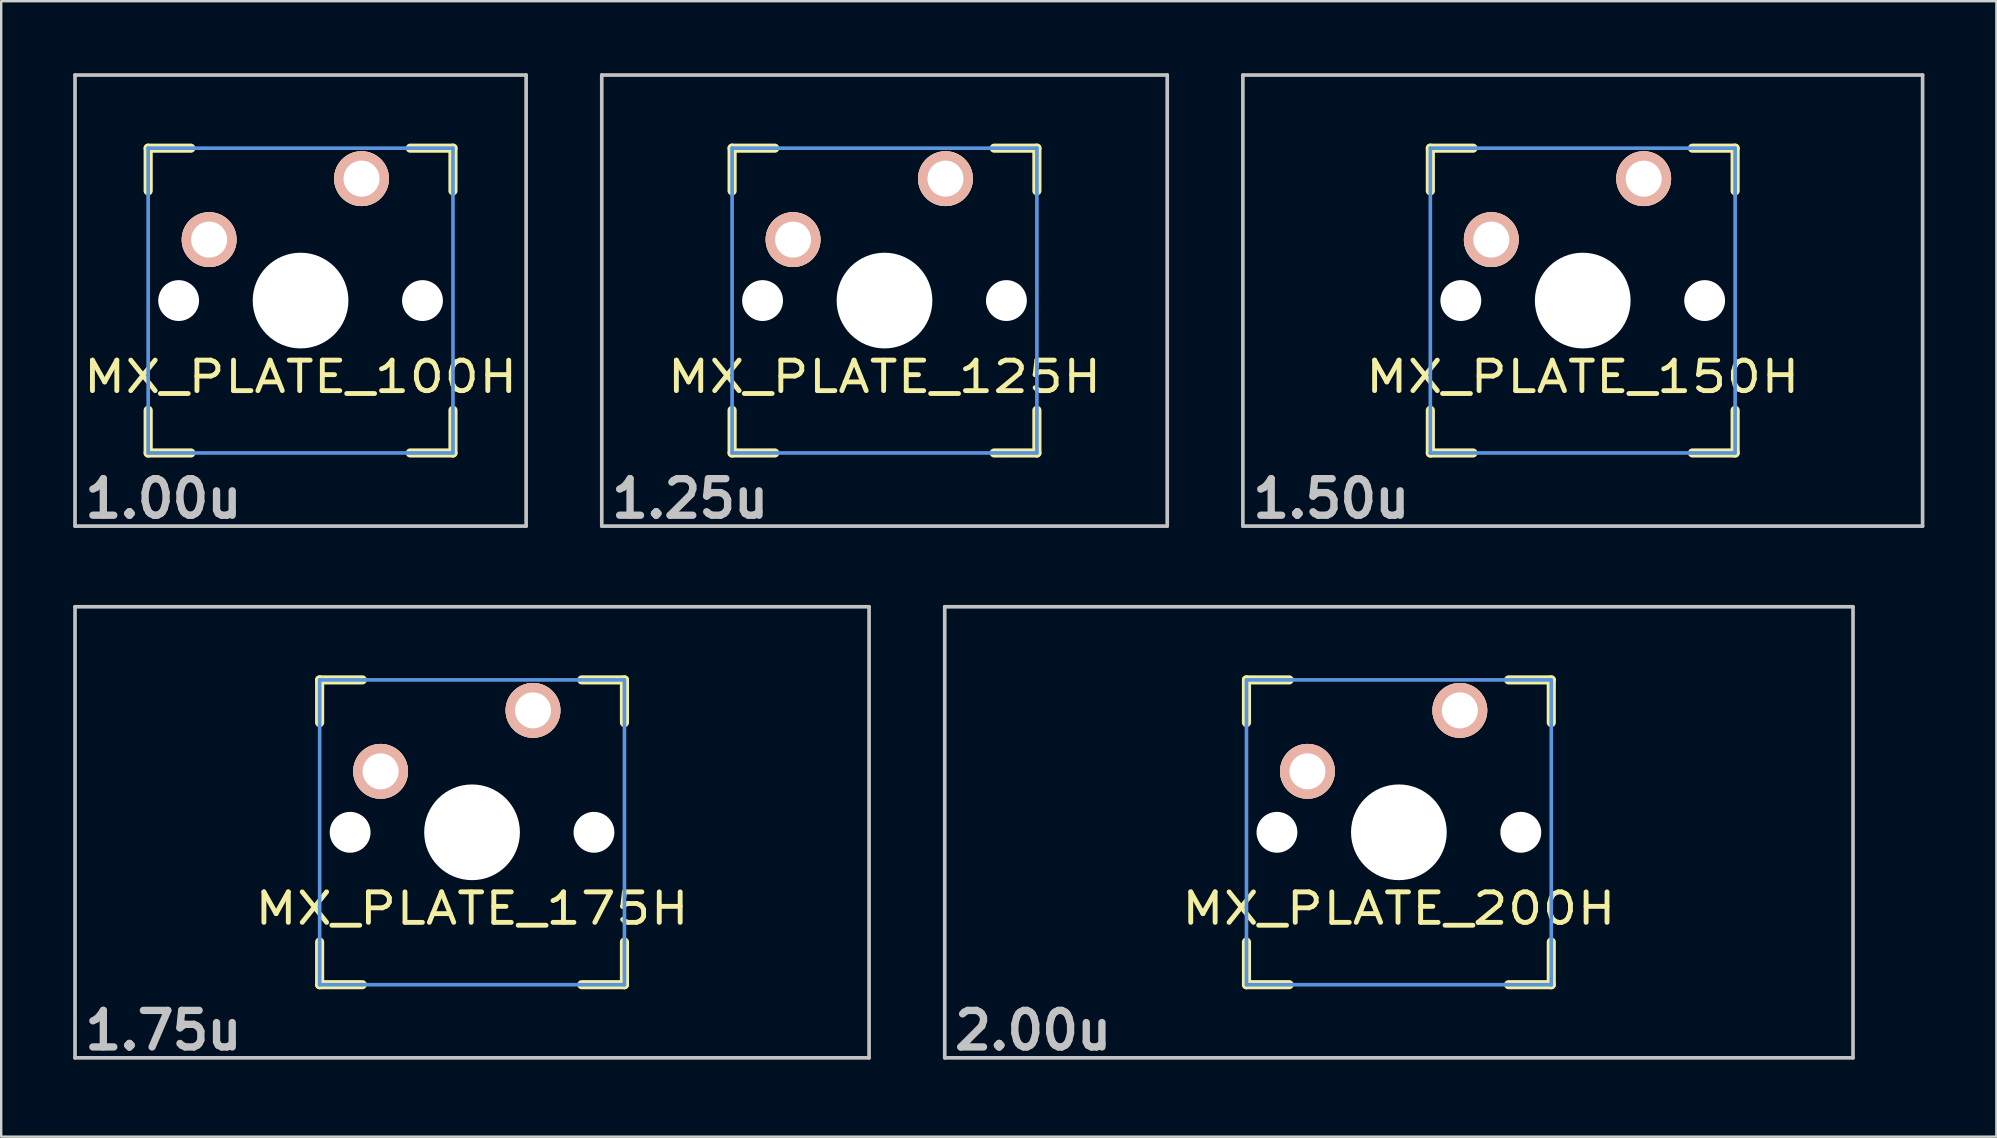
<source format=kicad_pcb>
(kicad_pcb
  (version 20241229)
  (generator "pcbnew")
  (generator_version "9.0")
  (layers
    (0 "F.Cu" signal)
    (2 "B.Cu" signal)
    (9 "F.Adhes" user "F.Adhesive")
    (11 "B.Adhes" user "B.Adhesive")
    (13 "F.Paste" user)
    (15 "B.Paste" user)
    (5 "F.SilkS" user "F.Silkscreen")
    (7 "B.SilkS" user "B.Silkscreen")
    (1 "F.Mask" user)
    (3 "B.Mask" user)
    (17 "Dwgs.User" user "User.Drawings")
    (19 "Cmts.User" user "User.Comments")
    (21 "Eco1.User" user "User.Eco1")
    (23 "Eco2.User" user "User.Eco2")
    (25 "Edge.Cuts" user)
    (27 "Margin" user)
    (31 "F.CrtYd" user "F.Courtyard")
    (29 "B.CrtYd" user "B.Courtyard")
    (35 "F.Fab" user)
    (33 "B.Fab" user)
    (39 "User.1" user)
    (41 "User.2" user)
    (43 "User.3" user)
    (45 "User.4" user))
  (footprint "MX_PLATE_100H"
    (layer "F.Cu")
    (at 9.474 9.474)
    (property "Reference" "MX_PLATE_100H" (at 0 3.175 0) (layer "F.SilkS") (effects (font (size 1.27 1.524) (thickness 0.203))))
    (attr through_hole)
    (fp_line (start -6.35 -6.35) (end -4.572 -6.35) (stroke (width 0.381) (type solid)) (layer "F.SilkS"))
    (fp_line (start -6.35 -4.572) (end -6.35 -6.35) (stroke (width 0.381) (type solid)) (layer "F.SilkS"))
    (fp_line (start -6.35 6.35) (end -6.35 4.572) (stroke (width 0.381) (type solid)) (layer "F.SilkS"))
    (fp_line (start -4.572 6.35) (end -6.35 6.35) (stroke (width 0.381) (type solid)) (layer "F.SilkS"))
    (fp_line (start 4.572 -6.35) (end 6.35 -6.35) (stroke (width 0.381) (type solid)) (layer "F.SilkS"))
    (fp_line (start 6.35 -6.35) (end 6.35 -4.572) (stroke (width 0.381) (type solid)) (layer "F.SilkS"))
    (fp_line (start 6.35 4.572) (end 6.35 6.35) (stroke (width 0.381) (type solid)) (layer "F.SilkS"))
    (fp_line (start 6.35 6.35) (end 4.572 6.35) (stroke (width 0.381) (type solid)) (layer "F.SilkS"))
    (fp_line (start -9.398 -9.398) (end 9.398 -9.398) (stroke (width 0.152) (type solid)) (layer "Dwgs.User"))
    (fp_line (start -9.398 9.398) (end -9.398 -9.398) (stroke (width 0.152) (type solid)) (layer "Dwgs.User"))
    (fp_line (start 9.398 -9.398) (end 9.398 9.398) (stroke (width 0.152) (type solid)) (layer "Dwgs.User"))
    (fp_line (start 9.398 9.398) (end -9.398 9.398) (stroke (width 0.152) (type solid)) (layer "Dwgs.User"))
    (fp_line (start -6.35 -6.35) (end 6.35 -6.35) (stroke (width 0.152) (type solid)) (layer "Cmts.User"))
    (fp_line (start -6.35 6.35) (end -6.35 -6.35) (stroke (width 0.152) (type solid)) (layer "Cmts.User"))
    (fp_line (start 6.35 -6.35) (end 6.35 6.35) (stroke (width 0.152) (type solid)) (layer "Cmts.User"))
    (fp_line (start 6.35 6.35) (end -6.35 6.35) (stroke (width 0.152) (type solid)) (layer "Cmts.User"))
    (fp_text user "1.00u" (at -5.715 8.255 0) (layer "Dwgs.User") (effects (font (size 1.524 1.524) (thickness 0.305))))
    (pad "" np_thru_hole circle (at -5.08 0) (size 1.702 1.702) (drill 1.702) (layers "*.Cu"))
    (pad "" np_thru_hole circle (at 0 0) (size 3.988 3.988) (drill 3.988) (layers "*.Cu"))
    (pad "" np_thru_hole circle (at 5.08 0) (size 1.702 1.702) (drill 1.702) (layers "*.Cu"))
    (pad "1" thru_hole circle (at 2.54 -5.08) (size 2.286 2.286) (drill 1.499) (layers "*.Cu" "*.SilkS" "*.Mask"))
    (pad "2" thru_hole circle (at -3.81 -2.54) (size 2.286 2.286) (drill 1.499) (layers "*.Cu" "*.SilkS" "*.Mask")))
  (footprint "MX_PLATE_175H"
    (layer "F.Cu")
    (at 16.619 31.63)
    (property "Reference" "MX_PLATE_175H" (at 0 3.175 0) (layer "F.SilkS") (effects (font (size 1.27 1.524) (thickness 0.203))))
    (attr through_hole)
    (fp_line (start -6.35 -6.35) (end -4.572 -6.35) (stroke (width 0.381) (type solid)) (layer "F.SilkS"))
    (fp_line (start -6.35 -4.572) (end -6.35 -6.35) (stroke (width 0.381) (type solid)) (layer "F.SilkS"))
    (fp_line (start -6.35 6.35) (end -6.35 4.572) (stroke (width 0.381) (type solid)) (layer "F.SilkS"))
    (fp_line (start -4.572 6.35) (end -6.35 6.35) (stroke (width 0.381) (type solid)) (layer "F.SilkS"))
    (fp_line (start 4.572 -6.35) (end 6.35 -6.35) (stroke (width 0.381) (type solid)) (layer "F.SilkS"))
    (fp_line (start 6.35 -6.35) (end 6.35 -4.572) (stroke (width 0.381) (type solid)) (layer "F.SilkS"))
    (fp_line (start 6.35 4.572) (end 6.35 6.35) (stroke (width 0.381) (type solid)) (layer "F.SilkS"))
    (fp_line (start 6.35 6.35) (end 4.572 6.35) (stroke (width 0.381) (type solid)) (layer "F.SilkS"))
    (fp_line (start -16.543 -9.398) (end 16.543 -9.398) (stroke (width 0.152) (type solid)) (layer "Dwgs.User"))
    (fp_line (start -16.543 9.398) (end -16.543 -9.398) (stroke (width 0.152) (type solid)) (layer "Dwgs.User"))
    (fp_line (start 16.543 -9.398) (end 16.543 9.398) (stroke (width 0.152) (type solid)) (layer "Dwgs.User"))
    (fp_line (start 16.543 9.398) (end -16.543 9.398) (stroke (width 0.152) (type solid)) (layer "Dwgs.User"))
    (fp_line (start -6.35 -6.35) (end 6.35 -6.35) (stroke (width 0.152) (type solid)) (layer "Cmts.User"))
    (fp_line (start -6.35 6.35) (end -6.35 -6.35) (stroke (width 0.152) (type solid)) (layer "Cmts.User"))
    (fp_line (start 6.35 -6.35) (end 6.35 6.35) (stroke (width 0.152) (type solid)) (layer "Cmts.User"))
    (fp_line (start 6.35 6.35) (end -6.35 6.35) (stroke (width 0.152) (type solid)) (layer "Cmts.User"))
    (fp_text user "1.75u" (at -12.86 8.255 0) (layer "Dwgs.User") (effects (font (size 1.524 1.524) (thickness 0.305))))
    (pad "" np_thru_hole circle (at -5.08 0) (size 1.702 1.702) (drill 1.702) (layers "*.Cu"))
    (pad "" np_thru_hole circle (at 0 0) (size 3.988 3.988) (drill 3.988) (layers "*.Cu"))
    (pad "" np_thru_hole circle (at 5.08 0) (size 1.702 1.702) (drill 1.702) (layers "*.Cu"))
    (pad "1" thru_hole circle (at 2.54 -5.08) (size 2.286 2.286) (drill 1.499) (layers "*.Cu" "*.SilkS" "*.Mask"))
    (pad "2" thru_hole circle (at -3.81 -2.54) (size 2.286 2.286) (drill 1.499) (layers "*.Cu" "*.SilkS" "*.Mask")))
  (footprint "MX_PLATE_200H"
    (layer "F.Cu")
    (at 55.238 31.63)
    (property "Reference" "MX_PLATE_200H" (at 0 3.175 0) (layer "F.SilkS") (effects (font (size 1.27 1.524) (thickness 0.203))))
    (attr through_hole)
    (fp_line (start -6.35 -6.35) (end -4.572 -6.35) (stroke (width 0.381) (type solid)) (layer "F.SilkS"))
    (fp_line (start -6.35 -4.572) (end -6.35 -6.35) (stroke (width 0.381) (type solid)) (layer "F.SilkS"))
    (fp_line (start -6.35 6.35) (end -6.35 4.572) (stroke (width 0.381) (type solid)) (layer "F.SilkS"))
    (fp_line (start -4.572 6.35) (end -6.35 6.35) (stroke (width 0.381) (type solid)) (layer "F.SilkS"))
    (fp_line (start 4.572 -6.35) (end 6.35 -6.35) (stroke (width 0.381) (type solid)) (layer "F.SilkS"))
    (fp_line (start 6.35 -6.35) (end 6.35 -4.572) (stroke (width 0.381) (type solid)) (layer "F.SilkS"))
    (fp_line (start 6.35 4.572) (end 6.35 6.35) (stroke (width 0.381) (type solid)) (layer "F.SilkS"))
    (fp_line (start 6.35 6.35) (end 4.572 6.35) (stroke (width 0.381) (type solid)) (layer "F.SilkS"))
    (fp_line (start -18.923 -9.398) (end 18.923 -9.398) (stroke (width 0.152) (type solid)) (layer "Dwgs.User"))
    (fp_line (start -18.923 9.398) (end -18.923 -9.398) (stroke (width 0.152) (type solid)) (layer "Dwgs.User"))
    (fp_line (start 18.923 -9.398) (end 18.923 9.398) (stroke (width 0.152) (type solid)) (layer "Dwgs.User"))
    (fp_line (start 18.923 9.398) (end -18.923 9.398) (stroke (width 0.152) (type solid)) (layer "Dwgs.User"))
    (fp_line (start -6.35 -6.35) (end 6.35 -6.35) (stroke (width 0.152) (type solid)) (layer "Cmts.User"))
    (fp_line (start -6.35 6.35) (end -6.35 -6.35) (stroke (width 0.152) (type solid)) (layer "Cmts.User"))
    (fp_line (start 6.35 -6.35) (end 6.35 6.35) (stroke (width 0.152) (type solid)) (layer "Cmts.User"))
    (fp_line (start 6.35 6.35) (end -6.35 6.35) (stroke (width 0.152) (type solid)) (layer "Cmts.User"))
    (fp_text user "2.00u" (at -15.24 8.255 0) (layer "Dwgs.User") (effects (font (size 1.524 1.524) (thickness 0.305))))
    (pad "" np_thru_hole circle (at -5.08 0) (size 1.702 1.702) (drill 1.702) (layers "*.Cu"))
    (pad "" np_thru_hole circle (at 0 0) (size 3.988 3.988) (drill 3.988) (layers "*.Cu"))
    (pad "" np_thru_hole circle (at 5.08 0) (size 1.702 1.702) (drill 1.702) (layers "*.Cu"))
    (pad "1" thru_hole circle (at 2.54 -5.08) (size 2.286 2.286) (drill 1.499) (layers "*.Cu" "*.SilkS" "*.Mask"))
    (pad "2" thru_hole circle (at -3.81 -2.54) (size 2.286 2.286) (drill 1.499) (layers "*.Cu" "*.SilkS" "*.Mask")))
  (footprint "MX_PLATE_150H"
    (layer "F.Cu")
    (at 62.899 9.474)
    (property "Reference" "MX_PLATE_150H" (at 0 3.175 0) (layer "F.SilkS") (effects (font (size 1.27 1.524) (thickness 0.203))))
    (attr through_hole)
    (fp_line (start -6.35 -6.35) (end -4.572 -6.35) (stroke (width 0.381) (type solid)) (layer "F.SilkS"))
    (fp_line (start -6.35 -4.572) (end -6.35 -6.35) (stroke (width 0.381) (type solid)) (layer "F.SilkS"))
    (fp_line (start -6.35 6.35) (end -6.35 4.572) (stroke (width 0.381) (type solid)) (layer "F.SilkS"))
    (fp_line (start -4.572 6.35) (end -6.35 6.35) (stroke (width 0.381) (type solid)) (layer "F.SilkS"))
    (fp_line (start 4.572 -6.35) (end 6.35 -6.35) (stroke (width 0.381) (type solid)) (layer "F.SilkS"))
    (fp_line (start 6.35 -6.35) (end 6.35 -4.572) (stroke (width 0.381) (type solid)) (layer "F.SilkS"))
    (fp_line (start 6.35 4.572) (end 6.35 6.35) (stroke (width 0.381) (type solid)) (layer "F.SilkS"))
    (fp_line (start 6.35 6.35) (end 4.572 6.35) (stroke (width 0.381) (type solid)) (layer "F.SilkS"))
    (fp_line (start -14.161 -9.398) (end 14.161 -9.398) (stroke (width 0.152) (type solid)) (layer "Dwgs.User"))
    (fp_line (start -14.161 9.398) (end -14.161 -9.398) (stroke (width 0.152) (type solid)) (layer "Dwgs.User"))
    (fp_line (start 14.161 -9.398) (end 14.161 9.398) (stroke (width 0.152) (type solid)) (layer "Dwgs.User"))
    (fp_line (start 14.161 9.398) (end -14.161 9.398) (stroke (width 0.152) (type solid)) (layer "Dwgs.User"))
    (fp_line (start -6.35 -6.35) (end 6.35 -6.35) (stroke (width 0.152) (type solid)) (layer "Cmts.User"))
    (fp_line (start -6.35 6.35) (end -6.35 -6.35) (stroke (width 0.152) (type solid)) (layer "Cmts.User"))
    (fp_line (start 6.35 -6.35) (end 6.35 6.35) (stroke (width 0.152) (type solid)) (layer "Cmts.User"))
    (fp_line (start 6.35 6.35) (end -6.35 6.35) (stroke (width 0.152) (type solid)) (layer "Cmts.User"))
    (fp_text user "1.50u" (at -10.477 8.255 0) (layer "Dwgs.User") (effects (font (size 1.524 1.524) (thickness 0.305))))
    (pad "" np_thru_hole circle (at -5.08 0) (size 1.702 1.702) (drill 1.702) (layers "*.Cu"))
    (pad "" np_thru_hole circle (at 0 0) (size 3.988 3.988) (drill 3.988) (layers "*.Cu"))
    (pad "" np_thru_hole circle (at 5.08 0) (size 1.702 1.702) (drill 1.702) (layers "*.Cu"))
    (pad "1" thru_hole circle (at 2.54 -5.08) (size 2.286 2.286) (drill 1.499) (layers "*.Cu" "*.SilkS" "*.Mask"))
    (pad "2" thru_hole circle (at -3.81 -2.54) (size 2.286 2.286) (drill 1.499) (layers "*.Cu" "*.SilkS" "*.Mask")))
  (footprint "MX_PLATE_125H"
    (layer "F.Cu")
    (at 33.805 9.474)
    (property "Reference" "MX_PLATE_125H" (at 0 3.175 0) (layer "F.SilkS") (effects (font (size 1.27 1.524) (thickness 0.203))))
    (attr through_hole)
    (fp_line (start -6.35 -6.35) (end -4.572 -6.35) (stroke (width 0.381) (type solid)) (layer "F.SilkS"))
    (fp_line (start -6.35 -4.572) (end -6.35 -6.35) (stroke (width 0.381) (type solid)) (layer "F.SilkS"))
    (fp_line (start -6.35 6.35) (end -6.35 4.572) (stroke (width 0.381) (type solid)) (layer "F.SilkS"))
    (fp_line (start -4.572 6.35) (end -6.35 6.35) (stroke (width 0.381) (type solid)) (layer "F.SilkS"))
    (fp_line (start 4.572 -6.35) (end 6.35 -6.35) (stroke (width 0.381) (type solid)) (layer "F.SilkS"))
    (fp_line (start 6.35 -6.35) (end 6.35 -4.572) (stroke (width 0.381) (type solid)) (layer "F.SilkS"))
    (fp_line (start 6.35 4.572) (end 6.35 6.35) (stroke (width 0.381) (type solid)) (layer "F.SilkS"))
    (fp_line (start 6.35 6.35) (end 4.572 6.35) (stroke (width 0.381) (type solid)) (layer "F.SilkS"))
    (fp_line (start -11.781 -9.398) (end 11.781 -9.398) (stroke (width 0.152) (type solid)) (layer "Dwgs.User"))
    (fp_line (start -11.781 9.398) (end -11.781 -9.398) (stroke (width 0.152) (type solid)) (layer "Dwgs.User"))
    (fp_line (start 11.781 -9.398) (end 11.781 9.398) (stroke (width 0.152) (type solid)) (layer "Dwgs.User"))
    (fp_line (start 11.781 9.398) (end -11.781 9.398) (stroke (width 0.152) (type solid)) (layer "Dwgs.User"))
    (fp_line (start -6.35 -6.35) (end 6.35 -6.35) (stroke (width 0.152) (type solid)) (layer "Cmts.User"))
    (fp_line (start -6.35 6.35) (end -6.35 -6.35) (stroke (width 0.152) (type solid)) (layer "Cmts.User"))
    (fp_line (start 6.35 -6.35) (end 6.35 6.35) (stroke (width 0.152) (type solid)) (layer "Cmts.User"))
    (fp_line (start 6.35 6.35) (end -6.35 6.35) (stroke (width 0.152) (type solid)) (layer "Cmts.User"))
    (fp_text user "1.25u" (at -8.098 8.255 0) (layer "Dwgs.User") (effects (font (size 1.524 1.524) (thickness 0.305))))
    (pad "" np_thru_hole circle (at -5.08 0) (size 1.702 1.702) (drill 1.702) (layers "*.Cu"))
    (pad "" np_thru_hole circle (at 0 0) (size 3.988 3.988) (drill 3.988) (layers "*.Cu"))
    (pad "" np_thru_hole circle (at 5.08 0) (size 1.702 1.702) (drill 1.702) (layers "*.Cu"))
    (pad "1" thru_hole circle (at 2.54 -5.08) (size 2.286 2.286) (drill 1.499) (layers "*.Cu" "*.SilkS" "*.Mask"))
    (pad "2" thru_hole circle (at -3.81 -2.54) (size 2.286 2.286) (drill 1.499) (layers "*.Cu" "*.SilkS" "*.Mask")))
  (gr_rect
    (start -3 -3)
    (end 80.135 44.311)
    (stroke (width 0.1) (type default))
    (fill no)
    (layer "Edge.Cuts")))
</source>
